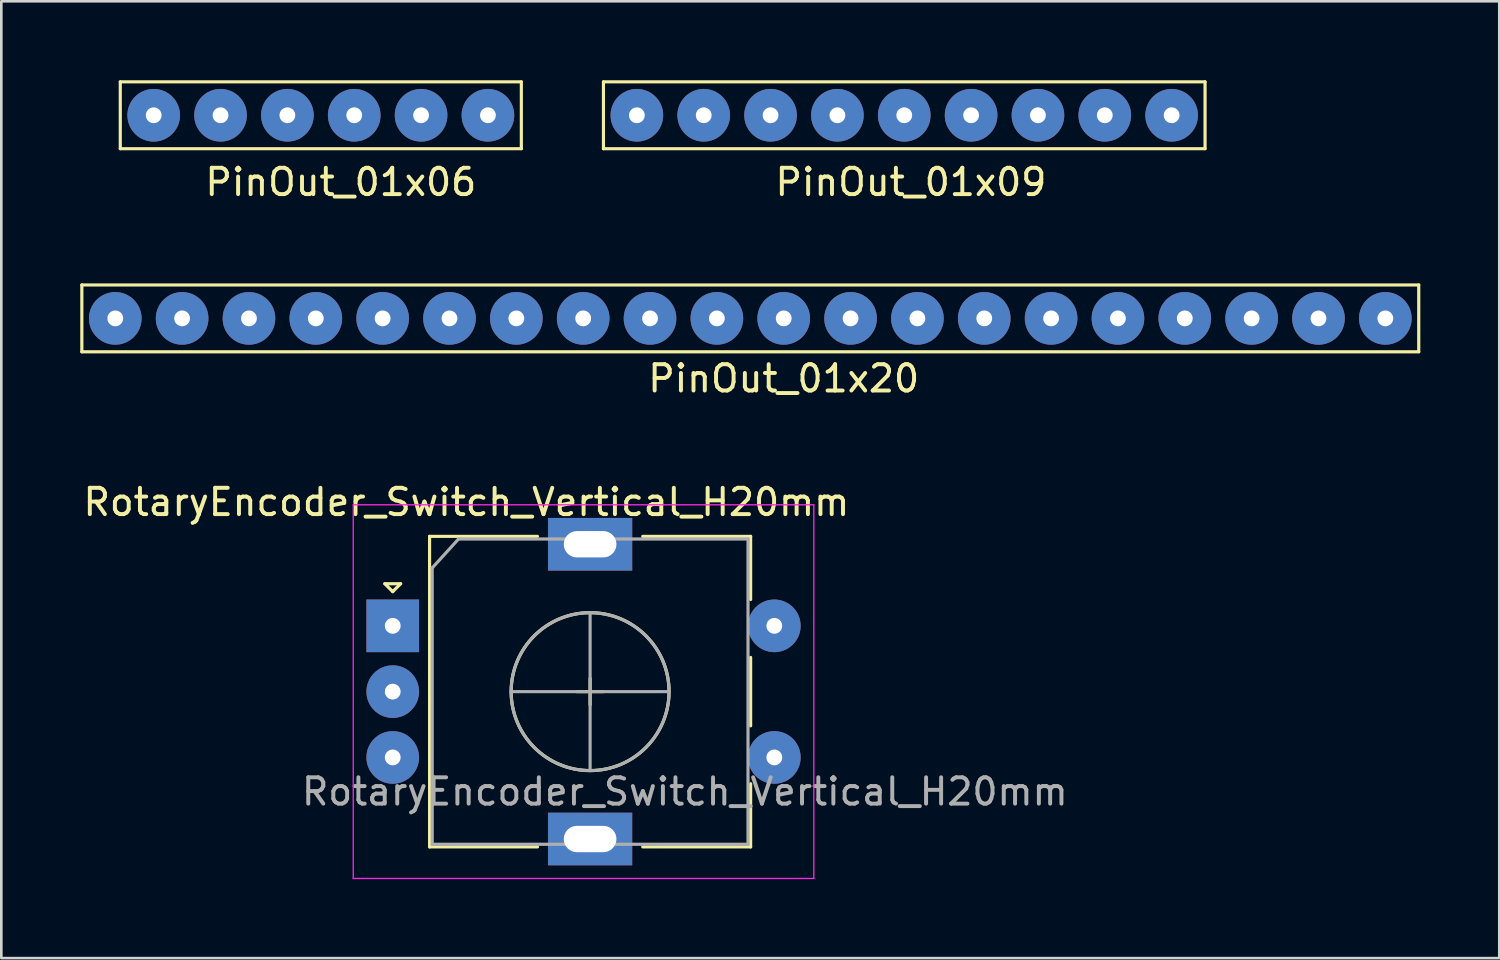
<source format=kicad_pcb>
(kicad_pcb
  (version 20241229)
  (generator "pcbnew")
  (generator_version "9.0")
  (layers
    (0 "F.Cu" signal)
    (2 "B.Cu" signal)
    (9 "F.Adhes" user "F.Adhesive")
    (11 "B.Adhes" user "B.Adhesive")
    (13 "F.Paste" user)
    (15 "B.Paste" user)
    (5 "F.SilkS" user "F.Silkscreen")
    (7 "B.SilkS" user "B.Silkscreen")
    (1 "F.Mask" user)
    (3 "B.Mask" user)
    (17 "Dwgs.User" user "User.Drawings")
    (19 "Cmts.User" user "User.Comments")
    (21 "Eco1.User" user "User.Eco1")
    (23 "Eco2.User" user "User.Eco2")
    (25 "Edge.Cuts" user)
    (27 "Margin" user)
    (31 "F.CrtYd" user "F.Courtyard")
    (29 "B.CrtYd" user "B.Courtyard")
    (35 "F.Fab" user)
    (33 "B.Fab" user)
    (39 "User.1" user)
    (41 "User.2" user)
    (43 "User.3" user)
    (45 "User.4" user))
  (footprint "PinOut_01x06"
    (layer "F.Cu")
    (at 0.25 1.33)
    (property "Reference" "PinOut_01x06" (at 9.652 2.54 0) (layer "F.SilkS") (effects (font (size 1 1) (thickness 0.15))))
    (attr through_hole)
    (fp_line (start 1.27 -1.27) (end 16.51 -1.27) (stroke (width 0.12) (type solid)) (layer "F.SilkS"))
    (fp_line (start 1.27 1.27) (end 1.27 -1.27) (stroke (width 0.12) (type solid)) (layer "F.SilkS"))
    (fp_line (start 16.51 -1.27) (end 16.51 1.27) (stroke (width 0.12) (type solid)) (layer "F.SilkS"))
    (fp_line (start 16.51 1.27) (end 1.27 1.27) (stroke (width 0.12) (type solid)) (layer "F.SilkS"))
    (pad "1" thru_hole circle (at 2.54 0) (size 2 2) (drill 0.6) (layers "*.Cu" "*.Mask"))
    (pad "2" thru_hole circle (at 5.08 0) (size 2 2) (drill 0.6) (layers "*.Cu" "*.Mask"))
    (pad "3" thru_hole circle (at 7.62 0) (size 2 2) (drill 0.6) (layers "*.Cu" "*.Mask"))
    (pad "4" thru_hole circle (at 10.16 0) (size 2 2) (drill 0.6) (layers "*.Cu" "*.Mask"))
    (pad "5" thru_hole circle (at 12.7 0) (size 2 2) (drill 0.6) (layers "*.Cu" "*.Mask"))
    (pad "6" thru_hole circle (at 15.24 0) (size 2 2) (drill 0.6) (layers "*.Cu" "*.Mask")))
  (footprint "PinOut_01x09"
    (layer "F.Cu")
    (at 21.15 1.33)
    (property "Reference" "PinOut_01x09" (at 10.414 2.54 0) (layer "F.SilkS") (effects (font (size 1 1) (thickness 0.15))))
    (attr through_hole)
    (fp_line (start -1.27 -1.27) (end 21.59 -1.27) (stroke (width 0.12) (type solid)) (layer "F.SilkS"))
    (fp_line (start -1.27 1.27) (end -1.27 -1.27) (stroke (width 0.12) (type solid)) (layer "F.SilkS"))
    (fp_line (start 21.59 -1.27) (end 21.59 1.27) (stroke (width 0.12) (type solid)) (layer "F.SilkS"))
    (fp_line (start 21.59 1.27) (end -1.27 1.27) (stroke (width 0.12) (type solid)) (layer "F.SilkS"))
    (pad "1" thru_hole circle (at 0 0) (size 2 2) (drill 0.6) (layers "*.Cu" "*.Mask"))
    (pad "2" thru_hole circle (at 2.54 0) (size 2 2) (drill 0.6) (layers "*.Cu" "*.Mask"))
    (pad "3" thru_hole circle (at 5.08 0) (size 2 2) (drill 0.6) (layers "*.Cu" "*.Mask"))
    (pad "4" thru_hole circle (at 7.62 0) (size 2 2) (drill 0.6) (layers "*.Cu" "*.Mask"))
    (pad "5" thru_hole circle (at 10.16 0) (size 2 2) (drill 0.6) (layers "*.Cu" "*.Mask"))
    (pad "6" thru_hole circle (at 12.7 0) (size 2 2) (drill 0.6) (layers "*.Cu" "*.Mask"))
    (pad "7" thru_hole circle (at 15.24 0) (size 2 2) (drill 0.6) (layers "*.Cu" "*.Mask"))
    (pad "8" thru_hole circle (at 17.78 0) (size 2 2) (drill 0.6) (layers "*.Cu" "*.Mask"))
    (pad "9" thru_hole circle (at 20.32 0) (size 2 2) (drill 0.6) (layers "*.Cu" "*.Mask")))
  (footprint "PinOut_01x20"
    (layer "F.Cu")
    (at 1.33 9.048)
    (property "Reference" "PinOut_01x20" (at 25.4 2.286 0) (layer "F.SilkS") (effects (font (size 1 1) (thickness 0.15))))
    (attr through_hole)
    (fp_line (start -1.27 -1.27) (end 49.53 -1.27) (stroke (width 0.12) (type solid)) (layer "F.SilkS"))
    (fp_line (start -1.27 1.27) (end -1.27 -1.27) (stroke (width 0.12) (type solid)) (layer "F.SilkS"))
    (fp_line (start 49.53 -1.27) (end 49.53 1.27) (stroke (width 0.12) (type solid)) (layer "F.SilkS"))
    (fp_line (start 49.53 1.27) (end -1.27 1.27) (stroke (width 0.12) (type solid)) (layer "F.SilkS"))
    (pad "1" thru_hole circle (at 0 0) (size 2 2) (drill 0.6) (layers "*.Cu" "*.Mask"))
    (pad "2" thru_hole circle (at 2.54 0) (size 2 2) (drill 0.6) (layers "*.Cu" "*.Mask"))
    (pad "3" thru_hole circle (at 5.08 0) (size 2 2) (drill 0.6) (layers "*.Cu" "*.Mask"))
    (pad "4" thru_hole circle (at 7.62 0) (size 2 2) (drill 0.6) (layers "*.Cu" "*.Mask"))
    (pad "5" thru_hole circle (at 10.16 0) (size 2 2) (drill 0.6) (layers "*.Cu" "*.Mask"))
    (pad "6" thru_hole circle (at 12.7 0) (size 2 2) (drill 0.6) (layers "*.Cu" "*.Mask"))
    (pad "7" thru_hole circle (at 15.24 0) (size 2 2) (drill 0.6) (layers "*.Cu" "*.Mask"))
    (pad "8" thru_hole circle (at 17.78 0) (size 2 2) (drill 0.6) (layers "*.Cu" "*.Mask"))
    (pad "9" thru_hole circle (at 20.32 0) (size 2 2) (drill 0.6) (layers "*.Cu" "*.Mask"))
    (pad "10" thru_hole circle (at 22.86 0) (size 2 2) (drill 0.6) (layers "*.Cu" "*.Mask"))
    (pad "11" thru_hole circle (at 25.4 0) (size 2 2) (drill 0.6) (layers "*.Cu" "*.Mask"))
    (pad "12" thru_hole circle (at 27.94 0) (size 2 2) (drill 0.6) (layers "*.Cu" "*.Mask"))
    (pad "13" thru_hole circle (at 30.48 0) (size 2 2) (drill 0.6) (layers "*.Cu" "*.Mask"))
    (pad "14" thru_hole circle (at 33.02 0) (size 2 2) (drill 0.6) (layers "*.Cu" "*.Mask"))
    (pad "15" thru_hole circle (at 35.56 0) (size 2 2) (drill 0.6) (layers "*.Cu" "*.Mask"))
    (pad "16" thru_hole circle (at 38.1 0) (size 2 2) (drill 0.6) (layers "*.Cu" "*.Mask"))
    (pad "17" thru_hole circle (at 40.64 0) (size 2 2) (drill 0.6) (layers "*.Cu" "*.Mask"))
    (pad "18" thru_hole circle (at 43.18 0) (size 2 2) (drill 0.6) (layers "*.Cu" "*.Mask"))
    (pad "19" thru_hole circle (at 45.72 0) (size 2 2) (drill 0.6) (layers "*.Cu" "*.Mask"))
    (pad "20" thru_hole circle (at 48.26 0) (size 2 2) (drill 0.6) (layers "*.Cu" "*.Mask")))
  (footprint "RotaryEncoder_Switch_Vertical_H20mm"
    (layer "F.Cu")
    (at 11.873 20.731)
    (property "Reference" "RotaryEncoder_Switch_Vertical_H20mm" (at 2.8 -4.7 0) (layer "F.SilkS") (effects (font (size 1 1) (thickness 0.15))))
    (attr through_hole)
    (fp_line (start -0.3 -1.6) (end 0.3 -1.6) (stroke (width 0.12) (type solid)) (layer "F.SilkS"))
    (fp_line (start 0 -1.3) (end -0.3 -1.6) (stroke (width 0.12) (type solid)) (layer "F.SilkS"))
    (fp_line (start 0.3 -1.6) (end 0 -1.3) (stroke (width 0.12) (type solid)) (layer "F.SilkS"))
    (fp_line (start 1.4 -3.4) (end 1.4 8.4) (stroke (width 0.12) (type solid)) (layer "F.SilkS"))
    (fp_line (start 5.5 -3.4) (end 1.4 -3.4) (stroke (width 0.12) (type solid)) (layer "F.SilkS"))
    (fp_line (start 5.5 8.4) (end 1.4 8.4) (stroke (width 0.12) (type solid)) (layer "F.SilkS"))
    (fp_line (start 7 2.5) (end 8 2.5) (stroke (width 0.12) (type solid)) (layer "F.SilkS"))
    (fp_line (start 7.5 2) (end 7.5 3) (stroke (width 0.12) (type solid)) (layer "F.SilkS"))
    (fp_line (start 9.5 -3.4) (end 13.6 -3.4) (stroke (width 0.12) (type solid)) (layer "F.SilkS"))
    (fp_line (start 13.6 -3.4) (end 13.6 -1) (stroke (width 0.12) (type solid)) (layer "F.SilkS"))
    (fp_line (start 13.6 1.2) (end 13.6 3.8) (stroke (width 0.12) (type solid)) (layer "F.SilkS"))
    (fp_line (start 13.6 6) (end 13.6 8.4) (stroke (width 0.12) (type solid)) (layer "F.SilkS"))
    (fp_line (start 13.6 8.4) (end 9.5 8.4) (stroke (width 0.12) (type solid)) (layer "F.SilkS"))
    (fp_circle (center 7.5 2.5) (end 10.5 2.5) (stroke (width 0.12) (type solid)) (fill no) (layer "F.SilkS"))
    (fp_line (start -1.5 -4.6) (end -1.5 9.6) (stroke (width 0.05) (type solid)) (layer "F.CrtYd"))
    (fp_line (start -1.5 -4.6) (end 16 -4.6) (stroke (width 0.05) (type solid)) (layer "F.CrtYd"))
    (fp_line (start 16 9.6) (end -1.5 9.6) (stroke (width 0.05) (type solid)) (layer "F.CrtYd"))
    (fp_line (start 16 9.6) (end 16 -4.6) (stroke (width 0.05) (type solid)) (layer "F.CrtYd"))
    (fp_line (start 1.5 -2.2) (end 2.5 -3.3) (stroke (width 0.12) (type solid)) (layer "F.Fab"))
    (fp_line (start 1.5 8.3) (end 1.5 -2.2) (stroke (width 0.12) (type solid)) (layer "F.Fab"))
    (fp_line (start 2.5 -3.3) (end 13.5 -3.3) (stroke (width 0.12) (type solid)) (layer "F.Fab"))
    (fp_line (start 4.5 2.5) (end 10.5 2.5) (stroke (width 0.12) (type solid)) (layer "F.Fab"))
    (fp_line (start 7.5 -0.5) (end 7.5 5.5) (stroke (width 0.12) (type solid)) (layer "F.Fab"))
    (fp_line (start 13.5 -3.3) (end 13.5 8.3) (stroke (width 0.12) (type solid)) (layer "F.Fab"))
    (fp_line (start 13.5 8.3) (end 1.5 8.3) (stroke (width 0.12) (type solid)) (layer "F.Fab"))
    (fp_circle (center 7.5 2.5) (end 10.5 2.5) (stroke (width 0.12) (type solid)) (fill no) (layer "F.Fab"))
    (fp_text user "${REFERENCE}" (at 11.1 6.3 0) (layer "F.Fab") (effects (font (size 1 1) (thickness 0.15))))
    (pad "A" thru_hole rect (at 0 0) (size 2 2) (drill 0.6) (layers "*.Cu" "*.Mask"))
    (pad "B" thru_hole circle (at 0 5) (size 2 2) (drill 0.6) (layers "*.Cu" "*.Mask"))
    (pad "C" thru_hole circle (at 0 2.5) (size 2 2) (drill 0.6) (layers "*.Cu" "*.Mask"))
    (pad "MP" thru_hole rect (at 7.5 -3.1) (size 3.2 2) (drill oval 2 1) (layers "*.Cu" "*.Mask"))
    (pad "MP" thru_hole rect (at 7.5 8.1) (size 3.2 2) (drill oval 2 1) (layers "*.Cu" "*.Mask"))
    (pad "S1" thru_hole circle (at 14.5 5) (size 2 2) (drill 0.6) (layers "*.Cu" "*.Mask"))
    (pad "S2" thru_hole circle (at 14.5 0) (size 2 2) (drill 0.6) (layers "*.Cu" "*.Mask")))
  (gr_rect
    (start -3 -3)
    (end 53.92 33.356)
    (stroke (width 0.1) (type default))
    (fill no)
    (layer "Edge.Cuts")))
</source>
